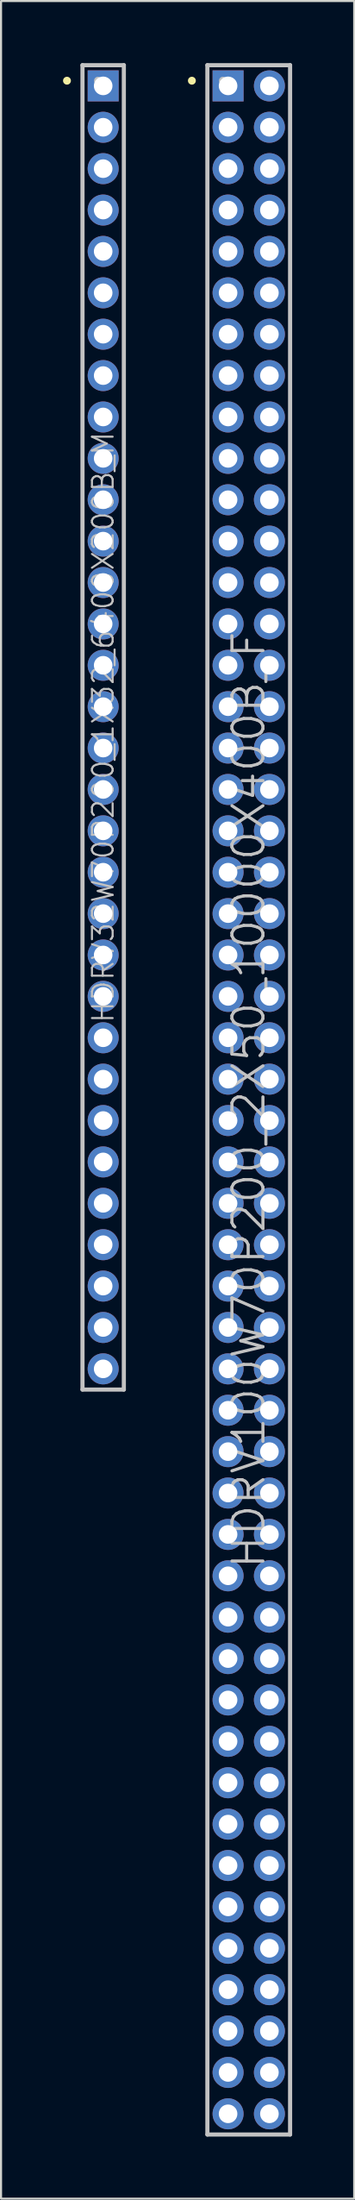
<source format=kicad_pcb>
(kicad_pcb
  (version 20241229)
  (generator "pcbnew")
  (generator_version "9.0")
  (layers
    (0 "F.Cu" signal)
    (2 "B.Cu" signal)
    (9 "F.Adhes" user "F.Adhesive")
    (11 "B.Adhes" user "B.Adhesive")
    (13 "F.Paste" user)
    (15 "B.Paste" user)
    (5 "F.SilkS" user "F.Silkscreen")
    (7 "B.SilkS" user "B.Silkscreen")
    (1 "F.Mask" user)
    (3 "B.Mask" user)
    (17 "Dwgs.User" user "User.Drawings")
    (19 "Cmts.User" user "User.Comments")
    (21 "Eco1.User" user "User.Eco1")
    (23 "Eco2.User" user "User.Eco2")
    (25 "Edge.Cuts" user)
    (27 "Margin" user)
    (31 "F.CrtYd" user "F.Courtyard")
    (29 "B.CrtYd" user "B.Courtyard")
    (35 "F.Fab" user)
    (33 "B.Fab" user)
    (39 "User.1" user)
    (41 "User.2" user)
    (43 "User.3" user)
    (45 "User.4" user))
  (footprint "HDRV100W70P200_2X50_10000X400B_F"
    (layer "F.Cu")
    (at 8.981 50.1)
    (property "Reference" "HDRV100W70P200_2X50_10000X400B_F" (at 0 0 90) (layer "Dwgs.User") (effects (font (size 1.5 1.5) (thickness 0.15))))
    (attr through_hole)
    (fp_line (start -2.75 -49.25) (end -2.75 -49.25) (stroke (width 0.381) (type solid)) (layer "F.SilkS"))
    (fp_line (start -2 -50) (end -2 50) (stroke (width 0.2) (type solid)) (layer "Dwgs.User"))
    (fp_line (start -2 -50) (end 2 -50) (stroke (width 0.2) (type solid)) (layer "Dwgs.User"))
    (fp_line (start -2 50) (end 2 50) (stroke (width 0.2) (type solid)) (layer "Dwgs.User"))
    (fp_line (start -1.25 -49.25) (end -1.25 -49.25) (stroke (width 0.381) (type solid)) (layer "Dwgs.User"))
    (fp_line (start 2 -50) (end 2 50) (stroke (width 0.2) (type solid)) (layer "Dwgs.User"))
    (pad "1" thru_hole rect (at -1 -49) (size 1.5 1.5) (drill 0.9) (layers "*.Cu" "*.Mask"))
    (pad "2" thru_hole circle (at 1 -49 270) (size 1.5 1.5) (drill 0.9) (layers "*.Cu" "*.Mask"))
    (pad "3" thru_hole circle (at -1 -47 270) (size 1.5 1.5) (drill 0.9) (layers "*.Cu" "*.Mask"))
    (pad "4" thru_hole circle (at 1 -47 270) (size 1.5 1.5) (drill 0.9) (layers "*.Cu" "*.Mask"))
    (pad "5" thru_hole circle (at -1 -45 270) (size 1.5 1.5) (drill 0.9) (layers "*.Cu" "*.Mask"))
    (pad "6" thru_hole circle (at 1 -45 270) (size 1.5 1.5) (drill 0.9) (layers "*.Cu" "*.Mask"))
    (pad "7" thru_hole circle (at -1 -43 270) (size 1.5 1.5) (drill 0.9) (layers "*.Cu" "*.Mask"))
    (pad "8" thru_hole circle (at 1 -43 270) (size 1.5 1.5) (drill 0.9) (layers "*.Cu" "*.Mask"))
    (pad "9" thru_hole circle (at -1 -41 270) (size 1.5 1.5) (drill 0.9) (layers "*.Cu" "*.Mask"))
    (pad "10" thru_hole circle (at 1 -41 270) (size 1.5 1.5) (drill 0.9) (layers "*.Cu" "*.Mask"))
    (pad "11" thru_hole circle (at -1 -39 270) (size 1.5 1.5) (drill 0.9) (layers "*.Cu" "*.Mask"))
    (pad "12" thru_hole circle (at 1 -39 270) (size 1.5 1.5) (drill 0.9) (layers "*.Cu" "*.Mask"))
    (pad "13" thru_hole circle (at -1 -37 270) (size 1.5 1.5) (drill 0.9) (layers "*.Cu" "*.Mask"))
    (pad "14" thru_hole circle (at 1 -37 270) (size 1.5 1.5) (drill 0.9) (layers "*.Cu" "*.Mask"))
    (pad "15" thru_hole circle (at -1 -35 270) (size 1.5 1.5) (drill 0.9) (layers "*.Cu" "*.Mask"))
    (pad "16" thru_hole circle (at 1 -35 270) (size 1.5 1.5) (drill 0.9) (layers "*.Cu" "*.Mask"))
    (pad "17" thru_hole circle (at -1 -33 270) (size 1.5 1.5) (drill 0.9) (layers "*.Cu" "*.Mask"))
    (pad "18" thru_hole circle (at 1 -33 270) (size 1.5 1.5) (drill 0.9) (layers "*.Cu" "*.Mask"))
    (pad "19" thru_hole circle (at -1 -31 270) (size 1.5 1.5) (drill 0.9) (layers "*.Cu" "*.Mask"))
    (pad "20" thru_hole circle (at 1 -31 270) (size 1.5 1.5) (drill 0.9) (layers "*.Cu" "*.Mask"))
    (pad "21" thru_hole circle (at -1 -29 270) (size 1.5 1.5) (drill 0.9) (layers "*.Cu" "*.Mask"))
    (pad "22" thru_hole circle (at 1 -29 270) (size 1.5 1.5) (drill 0.9) (layers "*.Cu" "*.Mask"))
    (pad "23" thru_hole circle (at -1 -27 270) (size 1.5 1.5) (drill 0.9) (layers "*.Cu" "*.Mask"))
    (pad "24" thru_hole circle (at 1 -27 270) (size 1.5 1.5) (drill 0.9) (layers "*.Cu" "*.Mask"))
    (pad "25" thru_hole circle (at -1 -25 270) (size 1.5 1.5) (drill 0.9) (layers "*.Cu" "*.Mask"))
    (pad "26" thru_hole circle (at 1 -25 270) (size 1.5 1.5) (drill 0.9) (layers "*.Cu" "*.Mask"))
    (pad "27" thru_hole circle (at -1 -23 270) (size 1.5 1.5) (drill 0.9) (layers "*.Cu" "*.Mask"))
    (pad "28" thru_hole circle (at 1 -23 270) (size 1.5 1.5) (drill 0.9) (layers "*.Cu" "*.Mask"))
    (pad "29" thru_hole circle (at -1 -21 270) (size 1.5 1.5) (drill 0.9) (layers "*.Cu" "*.Mask"))
    (pad "30" thru_hole circle (at 1 -21 270) (size 1.5 1.5) (drill 0.9) (layers "*.Cu" "*.Mask"))
    (pad "31" thru_hole circle (at -1 -19 270) (size 1.5 1.5) (drill 0.9) (layers "*.Cu" "*.Mask"))
    (pad "32" thru_hole circle (at 1 -19 270) (size 1.5 1.5) (drill 0.9) (layers "*.Cu" "*.Mask"))
    (pad "33" thru_hole circle (at -1 -17 270) (size 1.5 1.5) (drill 0.9) (layers "*.Cu" "*.Mask"))
    (pad "34" thru_hole circle (at 1 -17 270) (size 1.5 1.5) (drill 0.9) (layers "*.Cu" "*.Mask"))
    (pad "35" thru_hole circle (at -1 -15 270) (size 1.5 1.5) (drill 0.9) (layers "*.Cu" "*.Mask"))
    (pad "36" thru_hole circle (at 1 -15 270) (size 1.5 1.5) (drill 0.9) (layers "*.Cu" "*.Mask"))
    (pad "37" thru_hole circle (at -1 -13 270) (size 1.5 1.5) (drill 0.9) (layers "*.Cu" "*.Mask"))
    (pad "38" thru_hole circle (at 1 -13 270) (size 1.5 1.5) (drill 0.9) (layers "*.Cu" "*.Mask"))
    (pad "39" thru_hole circle (at -1 -11 270) (size 1.5 1.5) (drill 0.9) (layers "*.Cu" "*.Mask"))
    (pad "40" thru_hole circle (at 1 -11 270) (size 1.5 1.5) (drill 0.9) (layers "*.Cu" "*.Mask"))
    (pad "41" thru_hole circle (at -1 -9 270) (size 1.5 1.5) (drill 0.9) (layers "*.Cu" "*.Mask"))
    (pad "42" thru_hole circle (at 1 -9 270) (size 1.5 1.5) (drill 0.9) (layers "*.Cu" "*.Mask"))
    (pad "43" thru_hole circle (at -1 -7 270) (size 1.5 1.5) (drill 0.9) (layers "*.Cu" "*.Mask"))
    (pad "44" thru_hole circle (at 1 -7 270) (size 1.5 1.5) (drill 0.9) (layers "*.Cu" "*.Mask"))
    (pad "45" thru_hole circle (at -1 -5 270) (size 1.5 1.5) (drill 0.9) (layers "*.Cu" "*.Mask"))
    (pad "46" thru_hole circle (at 1 -5 270) (size 1.5 1.5) (drill 0.9) (layers "*.Cu" "*.Mask"))
    (pad "47" thru_hole circle (at -1 -3 270) (size 1.5 1.5) (drill 0.9) (layers "*.Cu" "*.Mask"))
    (pad "48" thru_hole circle (at 1 -3 270) (size 1.5 1.5) (drill 0.9) (layers "*.Cu" "*.Mask"))
    (pad "49" thru_hole circle (at -1 -1 270) (size 1.5 1.5) (drill 0.9) (layers "*.Cu" "*.Mask"))
    (pad "50" thru_hole circle (at 1 -1 270) (size 1.5 1.5) (drill 0.9) (layers "*.Cu" "*.Mask"))
    (pad "51" thru_hole circle (at -1 1 270) (size 1.5 1.5) (drill 0.9) (layers "*.Cu" "*.Mask"))
    (pad "52" thru_hole circle (at 1 1 270) (size 1.5 1.5) (drill 0.9) (layers "*.Cu" "*.Mask"))
    (pad "53" thru_hole circle (at -1 3 270) (size 1.5 1.5) (drill 0.9) (layers "*.Cu" "*.Mask"))
    (pad "54" thru_hole circle (at 1 3 270) (size 1.5 1.5) (drill 0.9) (layers "*.Cu" "*.Mask"))
    (pad "55" thru_hole circle (at -1 5 270) (size 1.5 1.5) (drill 0.9) (layers "*.Cu" "*.Mask"))
    (pad "56" thru_hole circle (at 1 5 270) (size 1.5 1.5) (drill 0.9) (layers "*.Cu" "*.Mask"))
    (pad "57" thru_hole circle (at -1 7 270) (size 1.5 1.5) (drill 0.9) (layers "*.Cu" "*.Mask"))
    (pad "58" thru_hole circle (at 1 7 270) (size 1.5 1.5) (drill 0.9) (layers "*.Cu" "*.Mask"))
    (pad "59" thru_hole circle (at -1 9 270) (size 1.5 1.5) (drill 0.9) (layers "*.Cu" "*.Mask"))
    (pad "60" thru_hole circle (at 1 9 270) (size 1.5 1.5) (drill 0.9) (layers "*.Cu" "*.Mask"))
    (pad "61" thru_hole circle (at -1 11 270) (size 1.5 1.5) (drill 0.9) (layers "*.Cu" "*.Mask"))
    (pad "62" thru_hole circle (at 1 11 270) (size 1.5 1.5) (drill 0.9) (layers "*.Cu" "*.Mask"))
    (pad "63" thru_hole circle (at -1 13 270) (size 1.5 1.5) (drill 0.9) (layers "*.Cu" "*.Mask"))
    (pad "64" thru_hole circle (at 1 13 270) (size 1.5 1.5) (drill 0.9) (layers "*.Cu" "*.Mask"))
    (pad "65" thru_hole circle (at -1 15 270) (size 1.5 1.5) (drill 0.9) (layers "*.Cu" "*.Mask"))
    (pad "66" thru_hole circle (at 1 15 270) (size 1.5 1.5) (drill 0.9) (layers "*.Cu" "*.Mask"))
    (pad "67" thru_hole circle (at -1 17 270) (size 1.5 1.5) (drill 0.9) (layers "*.Cu" "*.Mask"))
    (pad "68" thru_hole circle (at 1 17 270) (size 1.5 1.5) (drill 0.9) (layers "*.Cu" "*.Mask"))
    (pad "69" thru_hole circle (at -1 19 270) (size 1.5 1.5) (drill 0.9) (layers "*.Cu" "*.Mask"))
    (pad "70" thru_hole circle (at 1 19 270) (size 1.5 1.5) (drill 0.9) (layers "*.Cu" "*.Mask"))
    (pad "71" thru_hole circle (at -1 21 270) (size 1.5 1.5) (drill 0.9) (layers "*.Cu" "*.Mask"))
    (pad "72" thru_hole circle (at 1 21 270) (size 1.5 1.5) (drill 0.9) (layers "*.Cu" "*.Mask"))
    (pad "73" thru_hole circle (at -1 23 270) (size 1.5 1.5) (drill 0.9) (layers "*.Cu" "*.Mask"))
    (pad "74" thru_hole circle (at 1 23 270) (size 1.5 1.5) (drill 0.9) (layers "*.Cu" "*.Mask"))
    (pad "75" thru_hole circle (at -1 25 270) (size 1.5 1.5) (drill 0.9) (layers "*.Cu" "*.Mask"))
    (pad "76" thru_hole circle (at 1 25 270) (size 1.5 1.5) (drill 0.9) (layers "*.Cu" "*.Mask"))
    (pad "77" thru_hole circle (at -1 27 270) (size 1.5 1.5) (drill 0.9) (layers "*.Cu" "*.Mask"))
    (pad "78" thru_hole circle (at 1 27 270) (size 1.5 1.5) (drill 0.9) (layers "*.Cu" "*.Mask"))
    (pad "79" thru_hole circle (at -1 29 270) (size 1.5 1.5) (drill 0.9) (layers "*.Cu" "*.Mask"))
    (pad "80" thru_hole circle (at 1 29 270) (size 1.5 1.5) (drill 0.9) (layers "*.Cu" "*.Mask"))
    (pad "81" thru_hole circle (at -1 31 270) (size 1.5 1.5) (drill 0.9) (layers "*.Cu" "*.Mask"))
    (pad "82" thru_hole circle (at 1 31 270) (size 1.5 1.5) (drill 0.9) (layers "*.Cu" "*.Mask"))
    (pad "83" thru_hole circle (at -1 33 270) (size 1.5 1.5) (drill 0.9) (layers "*.Cu" "*.Mask"))
    (pad "84" thru_hole circle (at 1 33 270) (size 1.5 1.5) (drill 0.9) (layers "*.Cu" "*.Mask"))
    (pad "85" thru_hole circle (at -1 35 270) (size 1.5 1.5) (drill 0.9) (layers "*.Cu" "*.Mask"))
    (pad "86" thru_hole circle (at 1 35 270) (size 1.5 1.5) (drill 0.9) (layers "*.Cu" "*.Mask"))
    (pad "87" thru_hole circle (at -1 37 270) (size 1.5 1.5) (drill 0.9) (layers "*.Cu" "*.Mask"))
    (pad "88" thru_hole circle (at 1 37 270) (size 1.5 1.5) (drill 0.9) (layers "*.Cu" "*.Mask"))
    (pad "89" thru_hole circle (at -1 39 270) (size 1.5 1.5) (drill 0.9) (layers "*.Cu" "*.Mask"))
    (pad "90" thru_hole circle (at 1 39 270) (size 1.5 1.5) (drill 0.9) (layers "*.Cu" "*.Mask"))
    (pad "91" thru_hole circle (at -1 41 270) (size 1.5 1.5) (drill 0.9) (layers "*.Cu" "*.Mask"))
    (pad "92" thru_hole circle (at 1 41 270) (size 1.5 1.5) (drill 0.9) (layers "*.Cu" "*.Mask"))
    (pad "93" thru_hole circle (at -1 43 270) (size 1.5 1.5) (drill 0.9) (layers "*.Cu" "*.Mask"))
    (pad "94" thru_hole circle (at 1 43 270) (size 1.5 1.5) (drill 0.9) (layers "*.Cu" "*.Mask"))
    (pad "95" thru_hole circle (at -1 45 270) (size 1.5 1.5) (drill 0.9) (layers "*.Cu" "*.Mask"))
    (pad "96" thru_hole circle (at 1 45 270) (size 1.5 1.5) (drill 0.9) (layers "*.Cu" "*.Mask"))
    (pad "97" thru_hole circle (at -1 47 270) (size 1.5 1.5) (drill 0.9) (layers "*.Cu" "*.Mask"))
    (pad "98" thru_hole circle (at 1 47 270) (size 1.5 1.5) (drill 0.9) (layers "*.Cu" "*.Mask"))
    (pad "99" thru_hole circle (at -1 49 270) (size 1.5 1.5) (drill 0.9) (layers "*.Cu" "*.Mask"))
    (pad "100" thru_hole circle (at 1 49 270) (size 1.5 1.5) (drill 0.9) (layers "*.Cu" "*.Mask")))
  (footprint "HDRV32W70P200_1X32_6400X200B_M"
    (layer "F.Cu")
    (at 1.94 32.1)
    (property "Reference" "HDRV32W70P200_1X32_6400X200B_M" (at 0 0 90) (layer "Dwgs.User") (effects (font (size 1 1) (thickness 0.1))))
    (attr through_hole)
    (fp_line (start -1.75 -31.25) (end -1.75 -31.25) (stroke (width 0.381) (type solid)) (layer "F.SilkS"))
    (fp_line (start -1 -32) (end -1 32) (stroke (width 0.2) (type solid)) (layer "Dwgs.User"))
    (fp_line (start -1 -32) (end 1 -32) (stroke (width 0.2) (type solid)) (layer "Dwgs.User"))
    (fp_line (start -1 32) (end 1 32) (stroke (width 0.2) (type solid)) (layer "Dwgs.User"))
    (fp_line (start -0.25 -31.25) (end -0.25 -31.25) (stroke (width 0.381) (type solid)) (layer "Dwgs.User"))
    (fp_line (start 1 -32) (end 1 32) (stroke (width 0.2) (type solid)) (layer "Dwgs.User"))
    (pad "1" thru_hole rect (at 0 -31) (size 1.5 1.5) (drill 0.9) (layers "*.Cu" "*.Mask"))
    (pad "2" thru_hole circle (at 0 -29 270) (size 1.5 1.5) (drill 0.9) (layers "*.Cu" "*.Mask"))
    (pad "3" thru_hole circle (at 0 -27 270) (size 1.5 1.5) (drill 0.9) (layers "*.Cu" "*.Mask"))
    (pad "4" thru_hole circle (at 0 -25 270) (size 1.5 1.5) (drill 0.9) (layers "*.Cu" "*.Mask"))
    (pad "5" thru_hole circle (at 0 -23 270) (size 1.5 1.5) (drill 0.9) (layers "*.Cu" "*.Mask"))
    (pad "6" thru_hole circle (at 0 -21 270) (size 1.5 1.5) (drill 0.9) (layers "*.Cu" "*.Mask"))
    (pad "7" thru_hole circle (at 0 -19 270) (size 1.5 1.5) (drill 0.9) (layers "*.Cu" "*.Mask"))
    (pad "8" thru_hole circle (at 0 -17 270) (size 1.5 1.5) (drill 0.9) (layers "*.Cu" "*.Mask"))
    (pad "9" thru_hole circle (at 0 -15 270) (size 1.5 1.5) (drill 0.9) (layers "*.Cu" "*.Mask"))
    (pad "10" thru_hole circle (at 0 -13 270) (size 1.5 1.5) (drill 0.9) (layers "*.Cu" "*.Mask"))
    (pad "11" thru_hole circle (at 0 -11 270) (size 1.5 1.5) (drill 0.9) (layers "*.Cu" "*.Mask"))
    (pad "12" thru_hole circle (at 0 -9 270) (size 1.5 1.5) (drill 0.9) (layers "*.Cu" "*.Mask"))
    (pad "13" thru_hole circle (at 0 -7 270) (size 1.5 1.5) (drill 0.9) (layers "*.Cu" "*.Mask"))
    (pad "14" thru_hole circle (at 0 -5 270) (size 1.5 1.5) (drill 0.9) (layers "*.Cu" "*.Mask"))
    (pad "15" thru_hole circle (at 0 -3 270) (size 1.5 1.5) (drill 0.9) (layers "*.Cu" "*.Mask"))
    (pad "16" thru_hole circle (at 0 -1 270) (size 1.5 1.5) (drill 0.9) (layers "*.Cu" "*.Mask"))
    (pad "17" thru_hole circle (at 0 1 270) (size 1.5 1.5) (drill 0.9) (layers "*.Cu" "*.Mask"))
    (pad "18" thru_hole circle (at 0 3 270) (size 1.5 1.5) (drill 0.9) (layers "*.Cu" "*.Mask"))
    (pad "19" thru_hole circle (at 0 5 270) (size 1.5 1.5) (drill 0.9) (layers "*.Cu" "*.Mask"))
    (pad "20" thru_hole circle (at 0 7 270) (size 1.5 1.5) (drill 0.9) (layers "*.Cu" "*.Mask"))
    (pad "21" thru_hole circle (at 0 9 270) (size 1.5 1.5) (drill 0.9) (layers "*.Cu" "*.Mask"))
    (pad "22" thru_hole circle (at 0 11 270) (size 1.5 1.5) (drill 0.9) (layers "*.Cu" "*.Mask"))
    (pad "23" thru_hole circle (at 0 13 270) (size 1.5 1.5) (drill 0.9) (layers "*.Cu" "*.Mask"))
    (pad "24" thru_hole circle (at 0 15 270) (size 1.5 1.5) (drill 0.9) (layers "*.Cu" "*.Mask"))
    (pad "25" thru_hole circle (at 0 17 270) (size 1.5 1.5) (drill 0.9) (layers "*.Cu" "*.Mask"))
    (pad "26" thru_hole circle (at 0 19 270) (size 1.5 1.5) (drill 0.9) (layers "*.Cu" "*.Mask"))
    (pad "27" thru_hole circle (at 0 21 270) (size 1.5 1.5) (drill 0.9) (layers "*.Cu" "*.Mask"))
    (pad "28" thru_hole circle (at 0 23 270) (size 1.5 1.5) (drill 0.9) (layers "*.Cu" "*.Mask"))
    (pad "29" thru_hole circle (at 0 25 270) (size 1.5 1.5) (drill 0.9) (layers "*.Cu" "*.Mask"))
    (pad "30" thru_hole circle (at 0 27 270) (size 1.5 1.5) (drill 0.9) (layers "*.Cu" "*.Mask"))
    (pad "31" thru_hole circle (at 0 29 270) (size 1.5 1.5) (drill 0.9) (layers "*.Cu" "*.Mask"))
    (pad "32" thru_hole circle (at 0 31 270) (size 1.5 1.5) (drill 0.9) (layers "*.Cu" "*.Mask")))
  (gr_rect
    (start -3 -3)
    (end 14.081 103.2)
    (stroke (width 0.1) (type default))
    (fill no)
    (layer "Edge.Cuts")))
</source>
